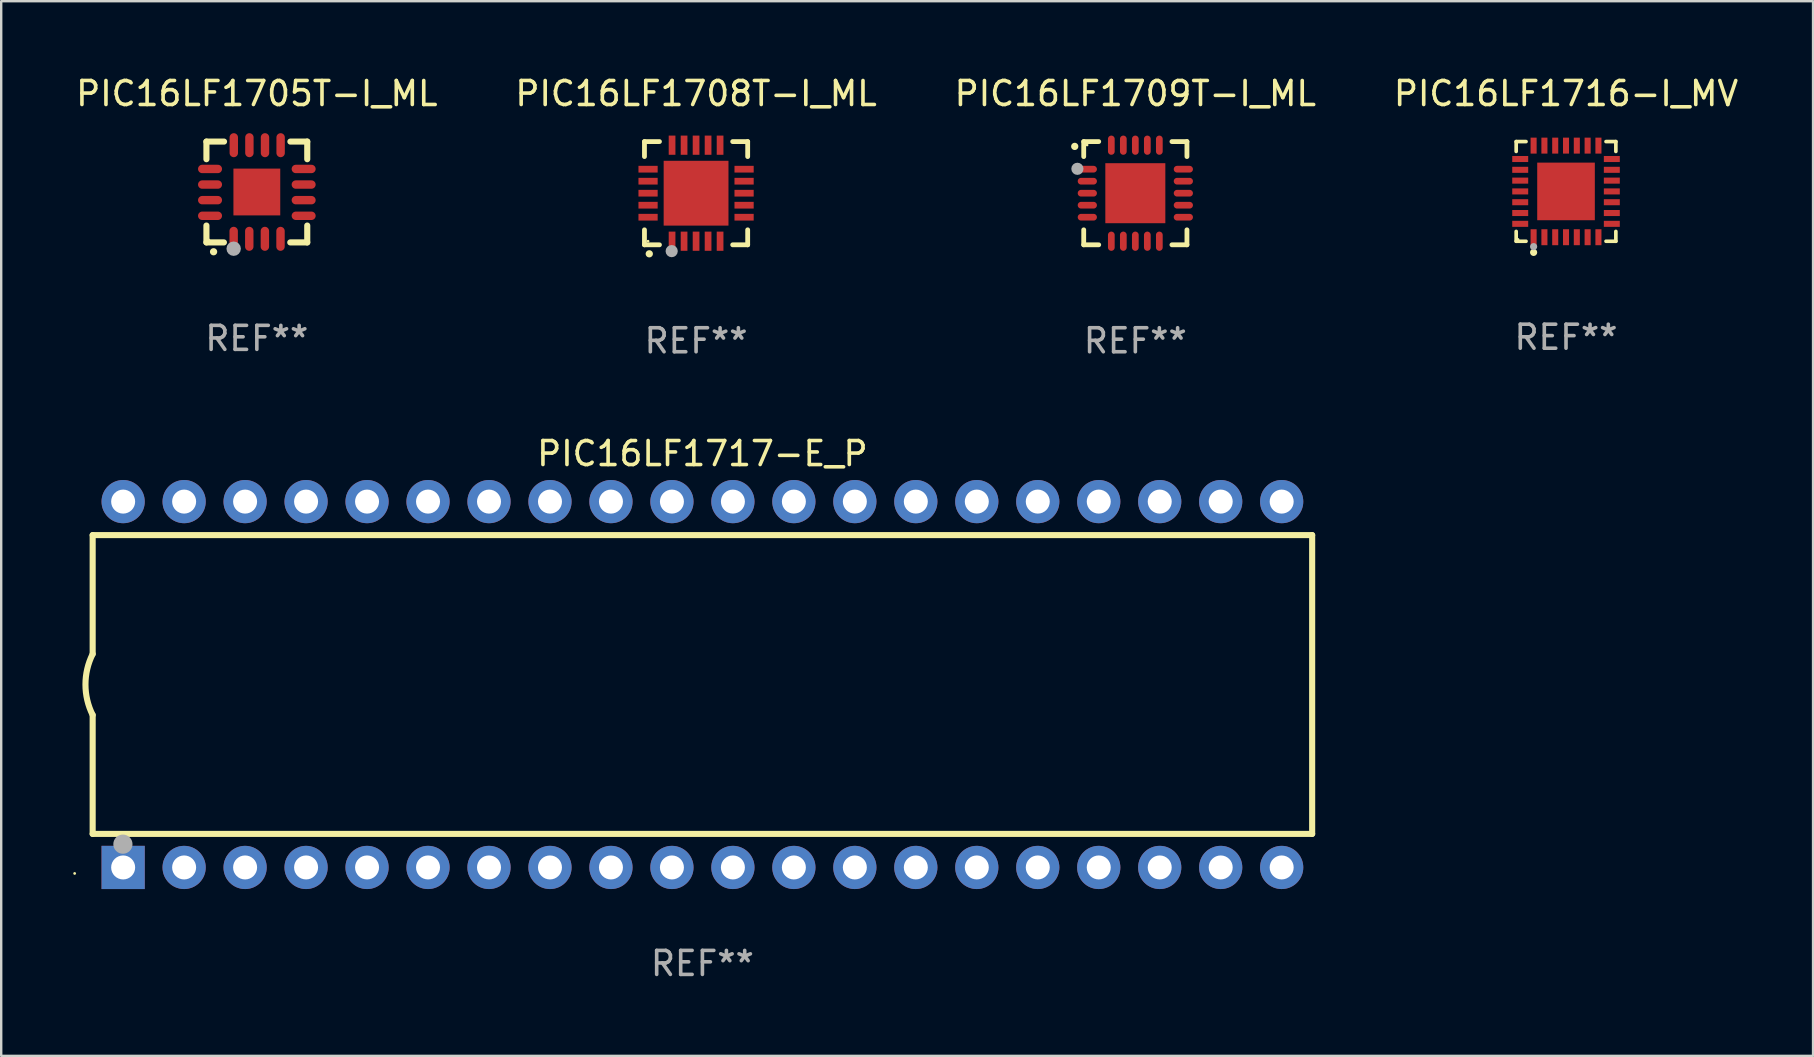
<source format=kicad_pcb>
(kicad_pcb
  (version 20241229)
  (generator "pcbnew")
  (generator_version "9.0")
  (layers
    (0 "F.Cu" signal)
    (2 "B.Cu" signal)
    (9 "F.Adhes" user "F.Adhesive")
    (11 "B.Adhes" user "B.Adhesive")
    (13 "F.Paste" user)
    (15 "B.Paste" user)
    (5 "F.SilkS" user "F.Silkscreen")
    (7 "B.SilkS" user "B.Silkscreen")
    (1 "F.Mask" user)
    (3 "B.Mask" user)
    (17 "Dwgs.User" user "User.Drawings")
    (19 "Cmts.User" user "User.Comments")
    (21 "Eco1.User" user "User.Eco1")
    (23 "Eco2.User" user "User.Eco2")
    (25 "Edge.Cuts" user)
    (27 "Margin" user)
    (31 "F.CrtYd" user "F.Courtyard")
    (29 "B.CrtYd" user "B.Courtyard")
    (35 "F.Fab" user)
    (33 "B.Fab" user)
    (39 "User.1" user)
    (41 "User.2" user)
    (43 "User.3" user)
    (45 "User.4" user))
  (footprint "PIC16LF1716-I_MV"
    (layer "F.Cu")
    (at 62.185 4.924)
    (property "Reference" "PIC16LF1716-I_MV" (at 0 -4.076 0) (layer "F.SilkS") (effects (font (size 1 1) (thickness 0.15))))
    (attr through_hole)
    (fp_line (start -2.076 -2.076) (end -1.666 -2.076) (stroke (width 0.152) (type solid)) (layer "F.SilkS"))
    (fp_line (start -2.076 -1.666) (end -2.076 -2.076) (stroke (width 0.152) (type solid)) (layer "F.SilkS"))
    (fp_line (start -2.076 1.666) (end -2.076 2.076) (stroke (width 0.152) (type solid)) (layer "F.SilkS"))
    (fp_line (start -2.076 2.076) (end -1.666 2.076) (stroke (width 0.152) (type solid)) (layer "F.SilkS"))
    (fp_line (start 2.076 -2.076) (end 1.666 -2.076) (stroke (width 0.152) (type solid)) (layer "F.SilkS"))
    (fp_line (start 2.076 -1.666) (end 2.076 -2.076) (stroke (width 0.152) (type solid)) (layer "F.SilkS"))
    (fp_line (start 2.076 1.666) (end 2.076 2.076) (stroke (width 0.152) (type solid)) (layer "F.SilkS"))
    (fp_line (start 2.076 2.076) (end 1.666 2.076) (stroke (width 0.152) (type solid)) (layer "F.SilkS"))
    (fp_circle (center -2 2) (end -1.97 2) (stroke (width 0.06) (type solid)) (fill no) (layer "F.SilkS"))
    (fp_circle (center -1.35 2.54) (end -1.275 2.54) (stroke (width 0.15) (type solid)) (fill no) (layer "F.SilkS"))
    (fp_circle (center -1.35 2.3) (end -1.275 2.3) (stroke (width 0.15) (type solid)) (fill no) (layer "F.Fab"))
    (fp_text user "REF**" (at 0 6.076 0) (layer "F.Fab") (effects (font (size 1 1) (thickness 0.15))))
    (pad "1" smd rect (at -1.35 1.908) (size 0.252 0.665) (layers "F.Cu" "F.Mask" "F.Paste"))
    (pad "2" smd rect (at -0.9 1.908) (size 0.252 0.665) (layers "F.Cu" "F.Mask" "F.Paste"))
    (pad "3" smd rect (at -0.45 1.908) (size 0.252 0.665) (layers "F.Cu" "F.Mask" "F.Paste"))
    (pad "4" smd rect (at 0 1.908) (size 0.252 0.665) (layers "F.Cu" "F.Mask" "F.Paste"))
    (pad "5" smd rect (at 0.45 1.908) (size 0.252 0.665) (layers "F.Cu" "F.Mask" "F.Paste"))
    (pad "6" smd rect (at 0.9 1.908) (size 0.252 0.665) (layers "F.Cu" "F.Mask" "F.Paste"))
    (pad "7" smd rect (at 1.35 1.908) (size 0.252 0.665) (layers "F.Cu" "F.Mask" "F.Paste"))
    (pad "8" smd rect (at 1.908 1.35) (size 0.665 0.252) (layers "F.Cu" "F.Mask" "F.Paste"))
    (pad "9" smd rect (at 1.908 0.9) (size 0.665 0.252) (layers "F.Cu" "F.Mask" "F.Paste"))
    (pad "10" smd rect (at 1.908 0.45) (size 0.665 0.252) (layers "F.Cu" "F.Mask" "F.Paste"))
    (pad "11" smd rect (at 1.908 0) (size 0.665 0.252) (layers "F.Cu" "F.Mask" "F.Paste"))
    (pad "12" smd rect (at 1.908 -0.45) (size 0.665 0.252) (layers "F.Cu" "F.Mask" "F.Paste"))
    (pad "13" smd rect (at 1.908 -0.9) (size 0.665 0.252) (layers "F.Cu" "F.Mask" "F.Paste"))
    (pad "14" smd rect (at 1.908 -1.35) (size 0.665 0.252) (layers "F.Cu" "F.Mask" "F.Paste"))
    (pad "15" smd rect (at 1.35 -1.908) (size 0.252 0.665) (layers "F.Cu" "F.Mask" "F.Paste"))
    (pad "16" smd rect (at 0.9 -1.908) (size 0.252 0.665) (layers "F.Cu" "F.Mask" "F.Paste"))
    (pad "17" smd rect (at 0.45 -1.908) (size 0.252 0.665) (layers "F.Cu" "F.Mask" "F.Paste"))
    (pad "18" smd rect (at 0 -1.908) (size 0.252 0.665) (layers "F.Cu" "F.Mask" "F.Paste"))
    (pad "19" smd rect (at -0.45 -1.908) (size 0.252 0.665) (layers "F.Cu" "F.Mask" "F.Paste"))
    (pad "20" smd rect (at -0.9 -1.908) (size 0.252 0.665) (layers "F.Cu" "F.Mask" "F.Paste"))
    (pad "21" smd rect (at -1.35 -1.908) (size 0.252 0.665) (layers "F.Cu" "F.Mask" "F.Paste"))
    (pad "22" smd rect (at -1.908 -1.35) (size 0.665 0.252) (layers "F.Cu" "F.Mask" "F.Paste"))
    (pad "23" smd rect (at -1.908 -0.9) (size 0.665 0.252) (layers "F.Cu" "F.Mask" "F.Paste"))
    (pad "24" smd rect (at -1.908 -0.45) (size 0.665 0.252) (layers "F.Cu" "F.Mask" "F.Paste"))
    (pad "25" smd rect (at -1.908 0) (size 0.665 0.252) (layers "F.Cu" "F.Mask" "F.Paste"))
    (pad "26" smd rect (at -1.908 0.45) (size 0.665 0.252) (layers "F.Cu" "F.Mask" "F.Paste"))
    (pad "27" smd rect (at -1.908 0.9) (size 0.665 0.252) (layers "F.Cu" "F.Mask" "F.Paste"))
    (pad "28" smd rect (at -1.908 1.35) (size 0.665 0.252) (layers "F.Cu" "F.Mask" "F.Paste"))
    (pad "29" smd rect (at 0 0) (size 2.4 2.4) (layers "F.Cu" "F.Mask" "F.Paste")))
  (footprint "PIC16LF1717-E_P"
    (layer "F.Cu")
    (at 26.21 25.465)
    (property "Reference" "PIC16LF1717-E_P" (at 0 -9.62 0) (layer "F.SilkS") (effects (font (size 1 1) (thickness 0.15))))
    (attr through_hole)
    (fp_line (start -25.4 -6.224) (end -25.4 -1.271) (stroke (width 0.254) (type solid)) (layer "F.SilkS"))
    (fp_line (start -25.4 -6.224) (end 25.4 -6.224) (stroke (width 0.254) (type solid)) (layer "F.SilkS"))
    (fp_line (start -25.4 1.269) (end -25.4 6.222) (stroke (width 0.254) (type solid)) (layer "F.SilkS"))
    (fp_line (start -25.4 6.222) (end 25.4 6.222) (stroke (width 0.254) (type solid)) (layer "F.SilkS"))
    (fp_line (start 25.4 6.222) (end 25.4 -6.224) (stroke (width 0.254) (type solid)) (layer "F.SilkS"))
    (fp_arc (start -25.4 1.269241) (mid -25.699807 -0.000762) (end -25.4 -1.270765) (stroke (width 0.254001) (type solid)) (layer "F.SilkS"))
    (fp_circle (center -26.15 7.87) (end -26.12 7.87) (stroke (width 0.06) (type solid)) (fill no) (layer "F.SilkS"))
    (fp_circle (center -24.14 6.65) (end -23.94 6.65) (stroke (width 0.4) (type solid)) (fill no) (layer "F.Fab"))
    (fp_text user "REF**" (at 0 11.62 0) (layer "F.Fab") (effects (font (size 1 1) (thickness 0.15))))
    (pad "1" thru_hole rect (at -24.13 7.62 90) (size 1.8 1.8) (drill 1) (layers "*.Cu" "*.Mask"))
    (pad "2" thru_hole circle (at -21.59 7.62) (size 1.8 1.8) (drill 1) (layers "*.Cu" "*.Mask"))
    (pad "3" thru_hole circle (at -19.05 7.62) (size 1.8 1.8) (drill 1) (layers "*.Cu" "*.Mask"))
    (pad "4" thru_hole circle (at -16.51 7.62) (size 1.8 1.8) (drill 1) (layers "*.Cu" "*.Mask"))
    (pad "5" thru_hole circle (at -13.97 7.62) (size 1.8 1.8) (drill 1) (layers "*.Cu" "*.Mask"))
    (pad "6" thru_hole circle (at -11.43 7.62) (size 1.8 1.8) (drill 1) (layers "*.Cu" "*.Mask"))
    (pad "7" thru_hole circle (at -8.89 7.62) (size 1.8 1.8) (drill 1) (layers "*.Cu" "*.Mask"))
    (pad "8" thru_hole circle (at -6.35 7.62) (size 1.8 1.8) (drill 1) (layers "*.Cu" "*.Mask"))
    (pad "9" thru_hole circle (at -3.81 7.62) (size 1.8 1.8) (drill 1) (layers "*.Cu" "*.Mask"))
    (pad "10" thru_hole circle (at -1.27 7.62) (size 1.8 1.8) (drill 1) (layers "*.Cu" "*.Mask"))
    (pad "11" thru_hole circle (at 1.27 7.62) (size 1.8 1.8) (drill 1) (layers "*.Cu" "*.Mask"))
    (pad "12" thru_hole circle (at 3.81 7.62) (size 1.8 1.8) (drill 1) (layers "*.Cu" "*.Mask"))
    (pad "13" thru_hole circle (at 6.35 7.62) (size 1.8 1.8) (drill 1) (layers "*.Cu" "*.Mask"))
    (pad "14" thru_hole circle (at 8.89 7.62) (size 1.8 1.8) (drill 1) (layers "*.Cu" "*.Mask"))
    (pad "15" thru_hole circle (at 11.43 7.62) (size 1.8 1.8) (drill 1) (layers "*.Cu" "*.Mask"))
    (pad "16" thru_hole circle (at 13.97 7.62) (size 1.8 1.8) (drill 1) (layers "*.Cu" "*.Mask"))
    (pad "17" thru_hole circle (at 16.51 7.62) (size 1.8 1.8) (drill 1) (layers "*.Cu" "*.Mask"))
    (pad "18" thru_hole circle (at 19.05 7.62) (size 1.8 1.8) (drill 1) (layers "*.Cu" "*.Mask"))
    (pad "19" thru_hole circle (at 21.59 7.62) (size 1.8 1.8) (drill 1) (layers "*.Cu" "*.Mask"))
    (pad "20" thru_hole circle (at 24.13 7.62) (size 1.8 1.8) (drill 1) (layers "*.Cu" "*.Mask"))
    (pad "21" thru_hole circle (at 24.13 -7.62) (size 1.8 1.8) (drill 1) (layers "*.Cu" "*.Mask"))
    (pad "22" thru_hole circle (at 21.59 -7.62) (size 1.8 1.8) (drill 1) (layers "*.Cu" "*.Mask"))
    (pad "23" thru_hole circle (at 19.05 -7.62) (size 1.8 1.8) (drill 1) (layers "*.Cu" "*.Mask"))
    (pad "24" thru_hole circle (at 16.51 -7.62) (size 1.8 1.8) (drill 1) (layers "*.Cu" "*.Mask"))
    (pad "25" thru_hole circle (at 13.97 -7.62) (size 1.8 1.8) (drill 1) (layers "*.Cu" "*.Mask"))
    (pad "26" thru_hole circle (at 11.43 -7.62) (size 1.8 1.8) (drill 1) (layers "*.Cu" "*.Mask"))
    (pad "27" thru_hole circle (at 8.89 -7.62) (size 1.8 1.8) (drill 1) (layers "*.Cu" "*.Mask"))
    (pad "28" thru_hole circle (at 6.35 -7.62) (size 1.8 1.8) (drill 1) (layers "*.Cu" "*.Mask"))
    (pad "29" thru_hole circle (at 3.81 -7.62) (size 1.8 1.8) (drill 1) (layers "*.Cu" "*.Mask"))
    (pad "30" thru_hole circle (at 1.27 -7.62) (size 1.8 1.8) (drill 1) (layers "*.Cu" "*.Mask"))
    (pad "31" thru_hole circle (at -1.27 -7.62) (size 1.8 1.8) (drill 1) (layers "*.Cu" "*.Mask"))
    (pad "32" thru_hole circle (at -3.81 -7.62) (size 1.8 1.8) (drill 1) (layers "*.Cu" "*.Mask"))
    (pad "33" thru_hole circle (at -6.35 -7.62) (size 1.8 1.8) (drill 1) (layers "*.Cu" "*.Mask"))
    (pad "34" thru_hole circle (at -8.89 -7.62) (size 1.8 1.8) (drill 1) (layers "*.Cu" "*.Mask"))
    (pad "35" thru_hole circle (at -11.43 -7.62) (size 1.8 1.8) (drill 1) (layers "*.Cu" "*.Mask"))
    (pad "36" thru_hole circle (at -13.97 -7.62) (size 1.8 1.8) (drill 1) (layers "*.Cu" "*.Mask"))
    (pad "37" thru_hole circle (at -16.51 -7.62) (size 1.8 1.8) (drill 1) (layers "*.Cu" "*.Mask"))
    (pad "38" thru_hole circle (at -19.05 -7.62) (size 1.8 1.8) (drill 1) (layers "*.Cu" "*.Mask"))
    (pad "39" thru_hole circle (at -21.59 -7.62) (size 1.8 1.8) (drill 1) (layers "*.Cu" "*.Mask"))
    (pad "40" thru_hole circle (at -24.13 -7.62) (size 1.8 1.8) (drill 1) (layers "*.Cu" "*.Mask")))
  (footprint "PIC16LF1705T-I_ML"
    (layer "F.Cu")
    (at 7.649 4.948)
    (property "Reference" "PIC16LF1705T-I_ML" (at 0 -4.1 0) (layer "F.SilkS") (effects (font (size 1 1) (thickness 0.15))))
    (attr through_hole)
    (fp_line (start -2.1 -2.1) (end -1.366 -2.1) (stroke (width 0.254) (type solid)) (layer "F.SilkS"))
    (fp_line (start -2.1 -1.366) (end -2.1 -2.1) (stroke (width 0.254) (type solid)) (layer "F.SilkS"))
    (fp_line (start -2.1 2.1) (end -2.1 1.397) (stroke (width 0.254) (type solid)) (layer "F.SilkS"))
    (fp_line (start -2.1 2.1) (end -1.371 2.1) (stroke (width 0.254) (type solid)) (layer "F.SilkS"))
    (fp_line (start 1.392 2.1) (end 2.1 2.1) (stroke (width 0.254) (type solid)) (layer "F.SilkS"))
    (fp_line (start 1.397 -2.1) (end 2.1 -2.1) (stroke (width 0.254) (type solid)) (layer "F.SilkS"))
    (fp_line (start 2.1 -1.366) (end 2.1 -2.1) (stroke (width 0.254) (type solid)) (layer "F.SilkS"))
    (fp_line (start 2.1 2.1) (end 2.1 1.397) (stroke (width 0.254) (type solid)) (layer "F.SilkS"))
    (fp_arc (start -1.803404 2.489205) (mid -1.802134 2.4892) (end -1.800864 2.489205) (stroke (width 0.3) (type solid)) (layer "F.SilkS"))
    (fp_circle (center -2 2) (end -1.97 2) (stroke (width 0.06) (type solid)) (fill no) (layer "F.SilkS"))
    (fp_circle (center -0.965 2.362) (end -0.815 2.362) (stroke (width 0.3) (type solid)) (fill no) (layer "F.Fab"))
    (fp_text user "REF**" (at 0 6.1 0) (layer "F.Fab") (effects (font (size 1 1) (thickness 0.15))))
    (pad "1" smd oval (at -0.965 1.95) (size 0.35 1) (layers "F.Cu" "F.Mask" "F.Paste"))
    (pad "2" smd oval (at -0.315 1.95) (size 0.35 1) (layers "F.Cu" "F.Mask" "F.Paste"))
    (pad "3" smd oval (at 0.335 1.95) (size 0.35 1) (layers "F.Cu" "F.Mask" "F.Paste"))
    (pad "4" smd oval (at 0.986 1.95) (size 0.35 1) (layers "F.Cu" "F.Mask" "F.Paste"))
    (pad "5" smd oval (at 1.95 0.991) (size 1 0.35) (layers "F.Cu" "F.Mask" "F.Paste"))
    (pad "6" smd oval (at 1.95 0.34) (size 1 0.35) (layers "F.Cu" "F.Mask" "F.Paste"))
    (pad "7" smd oval (at 1.95 -0.31) (size 1 0.35) (layers "F.Cu" "F.Mask" "F.Paste"))
    (pad "8" smd oval (at 1.95 -0.96) (size 1 0.35) (layers "F.Cu" "F.Mask" "F.Paste"))
    (pad "9" smd oval (at 0.991 -1.95) (size 0.35 1) (layers "F.Cu" "F.Mask" "F.Paste"))
    (pad "10" smd oval (at 0.34 -1.95) (size 0.35 1) (layers "F.Cu" "F.Mask" "F.Paste"))
    (pad "11" smd oval (at -0.31 -1.95) (size 0.35 1) (layers "F.Cu" "F.Mask" "F.Paste"))
    (pad "12" smd oval (at -0.96 -1.95) (size 0.35 1) (layers "F.Cu" "F.Mask" "F.Paste"))
    (pad "13" smd oval (at -1.95 -0.96) (size 1 0.35) (layers "F.Cu" "F.Mask" "F.Paste"))
    (pad "14" smd oval (at -1.95 -0.31) (size 1 0.35) (layers "F.Cu" "F.Mask" "F.Paste"))
    (pad "15" smd oval (at -1.95 0.34) (size 1 0.35) (layers "F.Cu" "F.Mask" "F.Paste"))
    (pad "16" smd oval (at -1.95 0.991) (size 1 0.35) (layers "F.Cu" "F.Mask" "F.Paste"))
    (pad "17" smd rect (at 0 0) (size 1.95 1.95) (layers "F.Cu" "F.Mask" "F.Paste")))
  (footprint "PIC16LF1708T-I_ML"
    (layer "F.Cu")
    (at 25.946 4.998)
    (property "Reference" "PIC16LF1708T-I_ML" (at 0 -4.15 0) (layer "F.SilkS") (effects (font (size 1 1) (thickness 0.15))))
    (attr through_hole)
    (fp_line (start -2.15 -2.15) (end -2.15 -1.525) (stroke (width 0.2) (type solid)) (layer "F.SilkS"))
    (fp_line (start -2.15 2.15) (end -2.15 1.525) (stroke (width 0.2) (type solid)) (layer "F.SilkS"))
    (fp_line (start -1.525 -2.15) (end -2.15 -2.15) (stroke (width 0.2) (type solid)) (layer "F.SilkS"))
    (fp_line (start -1.525 2.15) (end -2.15 2.15) (stroke (width 0.2) (type solid)) (layer "F.SilkS"))
    (fp_line (start 1.525 2.15) (end 2.15 2.15) (stroke (width 0.2) (type solid)) (layer "F.SilkS"))
    (fp_line (start 2.15 -2.15) (end 1.525 -2.15) (stroke (width 0.2) (type solid)) (layer "F.SilkS"))
    (fp_line (start 2.15 -1.525) (end 2.15 -2.15) (stroke (width 0.2) (type solid)) (layer "F.SilkS"))
    (fp_line (start 2.15 2.15) (end 2.15 1.525) (stroke (width 0.2) (type solid)) (layer "F.SilkS"))
    (fp_arc (start -1.950724 2.524765) (mid -1.949454 2.52476) (end -1.948184 2.524765) (stroke (width 0.3) (type solid)) (layer "F.SilkS"))
    (fp_circle (center -2 2) (end -1.97 2) (stroke (width 0.06) (type solid)) (fill no) (layer "F.SilkS"))
    (fp_circle (center -1.016 2.413) (end -0.889 2.413) (stroke (width 0.254) (type solid)) (fill no) (layer "F.Fab"))
    (fp_text user "REF**" (at 0 6.15 0) (layer "F.Fab") (effects (font (size 1 1) (thickness 0.15))))
    (pad "1" smd rect (at -1 2) (size 0.28 0.8) (layers "F.Cu" "F.Mask" "F.Paste"))
    (pad "2" smd rect (at -0.5 2) (size 0.28 0.8) (layers "F.Cu" "F.Mask" "F.Paste"))
    (pad "3" smd rect (at 0 2) (size 0.28 0.8) (layers "F.Cu" "F.Mask" "F.Paste"))
    (pad "4" smd rect (at 0.5 2) (size 0.28 0.8) (layers "F.Cu" "F.Mask" "F.Paste"))
    (pad "5" smd rect (at 1 2) (size 0.28 0.8) (layers "F.Cu" "F.Mask" "F.Paste"))
    (pad "6" smd rect (at 2 1) (size 0.8 0.28) (layers "F.Cu" "F.Mask" "F.Paste"))
    (pad "7" smd rect (at 2 0.5) (size 0.8 0.28) (layers "F.Cu" "F.Mask" "F.Paste"))
    (pad "8" smd rect (at 2 0) (size 0.8 0.28) (layers "F.Cu" "F.Mask" "F.Paste"))
    (pad "9" smd rect (at 2 -0.5) (size 0.8 0.28) (layers "F.Cu" "F.Mask" "F.Paste"))
    (pad "10" smd rect (at 2 -1) (size 0.8 0.28) (layers "F.Cu" "F.Mask" "F.Paste"))
    (pad "11" smd rect (at 1 -2) (size 0.28 0.8) (layers "F.Cu" "F.Mask" "F.Paste"))
    (pad "12" smd rect (at 0.5 -2) (size 0.28 0.8) (layers "F.Cu" "F.Mask" "F.Paste"))
    (pad "13" smd rect (at 0 -2) (size 0.28 0.8) (layers "F.Cu" "F.Mask" "F.Paste"))
    (pad "14" smd rect (at -0.5 -2) (size 0.28 0.8) (layers "F.Cu" "F.Mask" "F.Paste"))
    (pad "15" smd rect (at -1 -2) (size 0.28 0.8) (layers "F.Cu" "F.Mask" "F.Paste"))
    (pad "16" smd rect (at -2 -1) (size 0.8 0.28) (layers "F.Cu" "F.Mask" "F.Paste"))
    (pad "17" smd rect (at -2 -0.5) (size 0.8 0.28) (layers "F.Cu" "F.Mask" "F.Paste"))
    (pad "18" smd rect (at -2 0) (size 0.8 0.28) (layers "F.Cu" "F.Mask" "F.Paste"))
    (pad "19" smd rect (at -2 0.5) (size 0.8 0.28) (layers "F.Cu" "F.Mask" "F.Paste"))
    (pad "20" smd rect (at -2 1) (size 0.8 0.28) (layers "F.Cu" "F.Mask" "F.Paste"))
    (pad "21" smd rect (at 0 0) (size 2.7 2.7) (layers "F.Cu" "F.Mask" "F.Paste")))
  (footprint "PIC16LF1709T-I_ML"
    (layer "F.Cu")
    (at 44.244 4.998)
    (property "Reference" "PIC16LF1709T-I_ML" (at 0 -4.15 0) (layer "F.SilkS") (effects (font (size 1 1) (thickness 0.15))))
    (attr through_hole)
    (fp_line (start -2.15 -2.15) (end -1.525 -2.15) (stroke (width 0.2) (type solid)) (layer "F.SilkS"))
    (fp_line (start -2.15 -1.525) (end -2.15 -2.15) (stroke (width 0.2) (type solid)) (layer "F.SilkS"))
    (fp_line (start -2.15 1.525) (end -2.15 2.15) (stroke (width 0.2) (type solid)) (layer "F.SilkS"))
    (fp_line (start -2.15 2.15) (end -1.525 2.15) (stroke (width 0.2) (type solid)) (layer "F.SilkS"))
    (fp_line (start 1.525 2.15) (end 2.15 2.15) (stroke (width 0.2) (type solid)) (layer "F.SilkS"))
    (fp_line (start 2.15 -2.15) (end 1.525 -2.15) (stroke (width 0.2) (type solid)) (layer "F.SilkS"))
    (fp_line (start 2.15 -1.525) (end 2.15 -2.15) (stroke (width 0.2) (type solid)) (layer "F.SilkS"))
    (fp_line (start 2.15 2.15) (end 2.15 1.525) (stroke (width 0.2) (type solid)) (layer "F.SilkS"))
    (fp_arc (start -2.524765 -1.948184) (mid -2.52477 -1.949454) (end -2.524765 -1.950724) (stroke (width 0.3) (type solid)) (layer "F.SilkS"))
    (fp_circle (center -2.01 -2.009) (end -1.98 -2.009) (stroke (width 0.06) (type solid)) (fill no) (layer "F.SilkS"))
    (fp_circle (center -2.413 -1.016) (end -2.286 -1.016) (stroke (width 0.254) (type solid)) (fill no) (layer "F.Fab"))
    (fp_text user "REF**" (at 0 6.15 0) (layer "F.Fab") (effects (font (size 1 1) (thickness 0.15))))
    (pad "1" smd oval (at -2 -1 90) (size 0.28 0.8) (layers "F.Cu" "F.Mask" "F.Paste"))
    (pad "2" smd oval (at -2 -0.5 90) (size 0.28 0.8) (layers "F.Cu" "F.Mask" "F.Paste"))
    (pad "3" smd oval (at -2 0.000076 90) (size 0.28 0.8) (layers "F.Cu" "F.Mask" "F.Paste"))
    (pad "4" smd oval (at -2 0.5 90) (size 0.28 0.8) (layers "F.Cu" "F.Mask" "F.Paste"))
    (pad "5" smd oval (at -2 1 90) (size 0.28 0.8) (layers "F.Cu" "F.Mask" "F.Paste"))
    (pad "6" smd oval (at -1 2) (size 0.28 0.8) (layers "F.Cu" "F.Mask" "F.Paste"))
    (pad "7" smd oval (at -0.5 2) (size 0.28 0.8) (layers "F.Cu" "F.Mask" "F.Paste"))
    (pad "8" smd oval (at -0.000076 2) (size 0.28 0.8) (layers "F.Cu" "F.Mask" "F.Paste"))
    (pad "9" smd oval (at 0.5 2) (size 0.28 0.8) (layers "F.Cu" "F.Mask" "F.Paste"))
    (pad "10" smd oval (at 1 2) (size 0.28 0.8) (layers "F.Cu" "F.Mask" "F.Paste"))
    (pad "11" smd oval (at 2 1 90) (size 0.28 0.8) (layers "F.Cu" "F.Mask" "F.Paste"))
    (pad "12" smd oval (at 2 0.5 90) (size 0.28 0.8) (layers "F.Cu" "F.Mask" "F.Paste"))
    (pad "13" smd oval (at 2 0.000076 90) (size 0.28 0.8) (layers "F.Cu" "F.Mask" "F.Paste"))
    (pad "14" smd oval (at 2 -0.5 90) (size 0.28 0.8) (layers "F.Cu" "F.Mask" "F.Paste"))
    (pad "15" smd oval (at 2 -1 90) (size 0.28 0.8) (layers "F.Cu" "F.Mask" "F.Paste"))
    (pad "16" smd oval (at 1 -2) (size 0.28 0.8) (layers "F.Cu" "F.Mask" "F.Paste"))
    (pad "17" smd oval (at 0.5 -2) (size 0.28 0.8) (layers "F.Cu" "F.Mask" "F.Paste"))
    (pad "18" smd oval (at -0.000076 -2) (size 0.28 0.8) (layers "F.Cu" "F.Mask" "F.Paste"))
    (pad "19" smd oval (at -0.5 -2) (size 0.28 0.8) (layers "F.Cu" "F.Mask" "F.Paste"))
    (pad "20" smd oval (at -1 -2) (size 0.28 0.8) (layers "F.Cu" "F.Mask" "F.Paste"))
    (pad "21" smd rect (at -0.000076 0.000076) (size 2.5 2.5) (layers "F.Cu" "F.Mask" "F.Paste")))
  (gr_rect
    (start -3 -3)
    (end 72.476 40.933)
    (stroke (width 0.1) (type default))
    (fill no)
    (layer "Edge.Cuts")))
</source>
